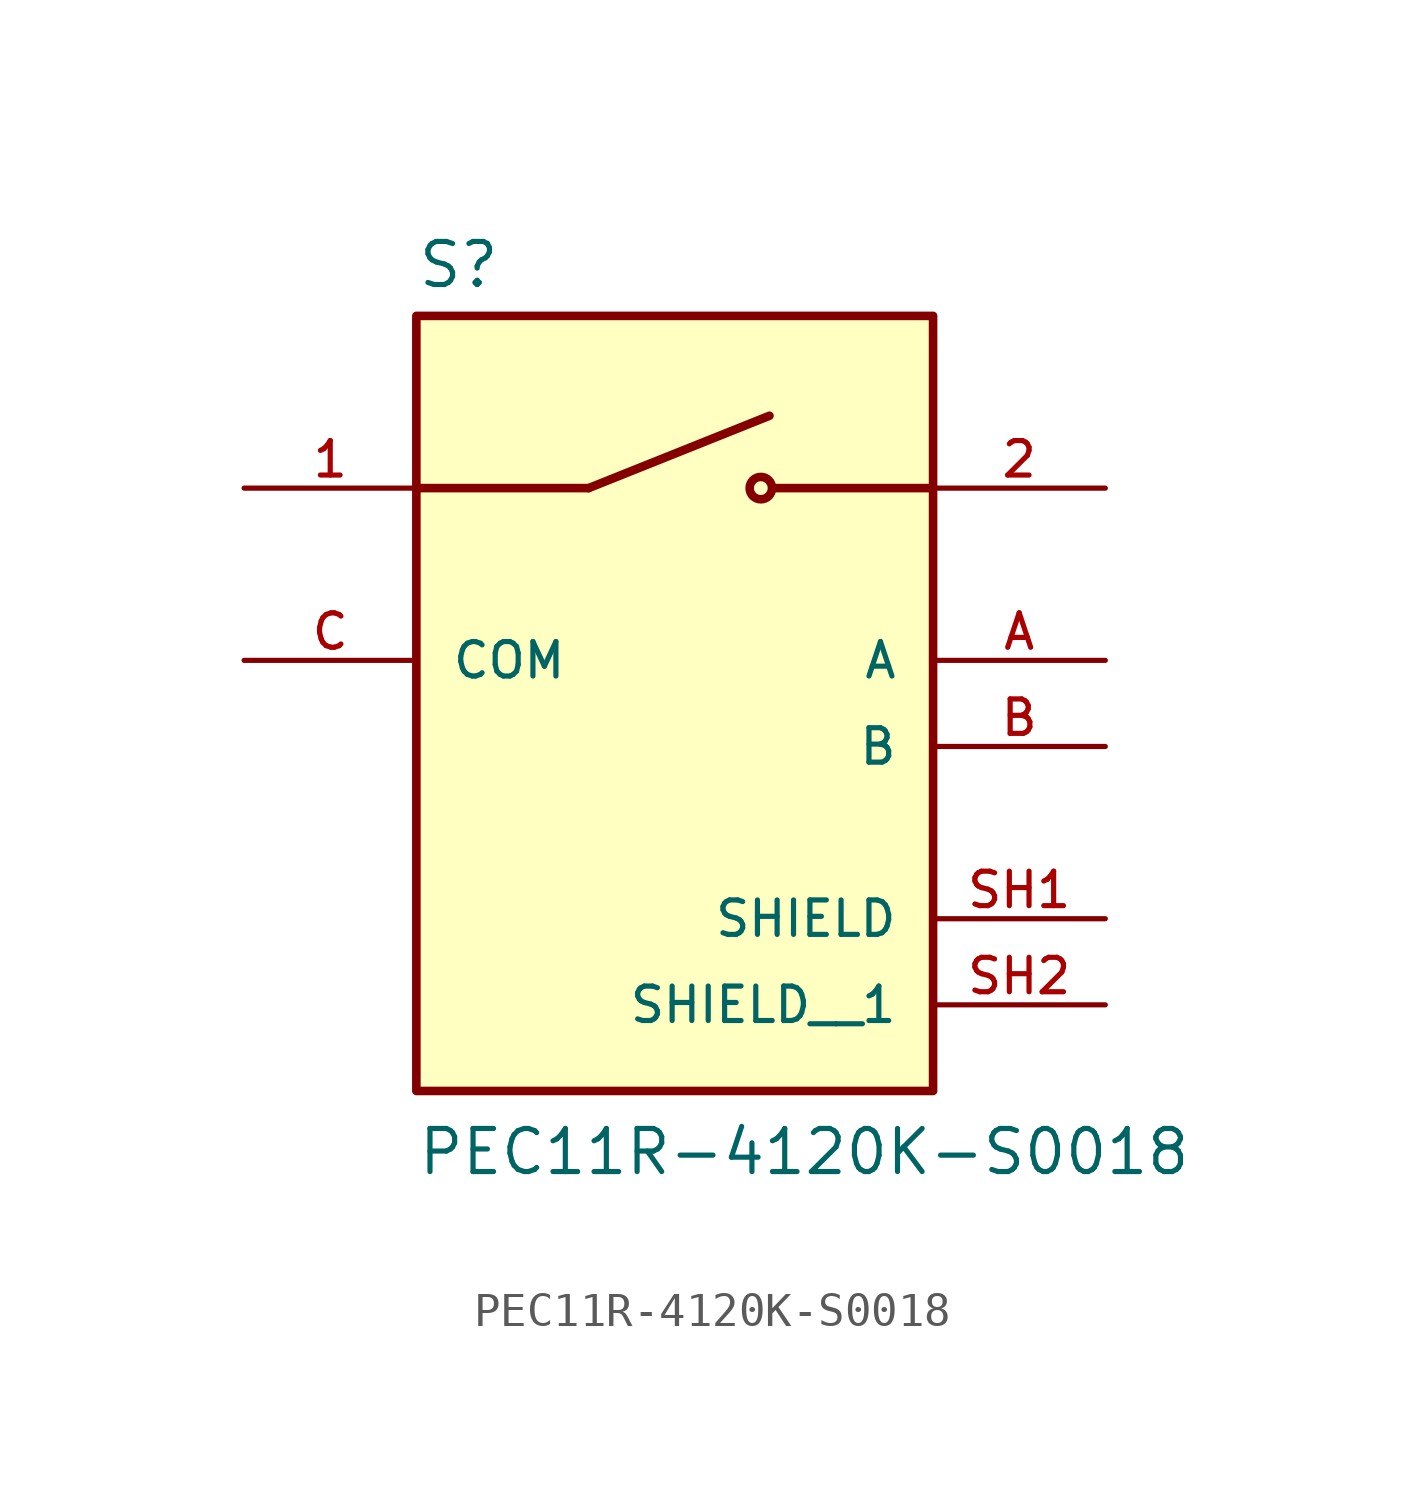
<source format=kicad_sym>
(kicad_symbol_lib
  (version 20211014)
  (generator kicad_symbol_editor)
  (symbol "PEC11R-4120K-S0018"
    (pin_names
      (offset 1.016))
    (property "Reference" "S"
      (at -7.62 10.922 0)
      (effects (font (size 1.27 1.27)) (justify bottom left)))
    (property "Value" "PEC11R-4120K-S0018"
      (at -7.62 -15.24 0)
      (effects (font (size 1.27 1.27)) (justify bottom left)))
    (symbol "PEC11R-4120K-S0018_0_0"
      (polyline (pts (xy -2.54 5.08) (xy 2.794 7.214)) (stroke (width 0.254)))
      (circle (center 2.54 5.08) (radius 0.33) (stroke (width 0.254)) (fill (type none)))
      (polyline (pts (xy 7.62 5.08) (xy 2.921 5.08)) (stroke (width 0.254)))
      (polyline (pts (xy -2.54 5.08) (xy -7.62 5.08)) (stroke (width 0.254)))
      (rectangle (start -7.62 -12.7) (end 7.62 10.16) (stroke (width 0.254)) (fill (type background)))
      (pin passive line (at -12.7 5.08 0) (length 5.08) (name "~" (effects (font (size 1.016 1.016)))) (number "1" (effects (font (size 1.016 1.016)))))
      (pin passive line (at 12.7 5.08 180.0) (length 5.08) (name "~" (effects (font (size 1.016 1.016)))) (number "2" (effects (font (size 1.016 1.016)))))
      (pin passive line (at 12.7 0.0 180.0) (length 5.08) (name "A" (effects (font (size 1.016 1.016)))) (number "A" (effects (font (size 1.016 1.016)))))
      (pin passive line (at 12.7 -2.54 180.0) (length 5.08) (name "B" (effects (font (size 1.016 1.016)))) (number "B" (effects (font (size 1.016 1.016)))))
      (pin passive line (at -12.7 0.0 0) (length 5.08) (name "COM" (effects (font (size 1.016 1.016)))) (number "C" (effects (font (size 1.016 1.016)))))
      (pin passive line (at 12.7 -7.62 180.0) (length 5.08) (name "SHIELD" (effects (font (size 1.016 1.016)))) (number "SH1" (effects (font (size 1.016 1.016)))))
      (pin passive line (at 12.7 -10.16 180.0) (length 5.08) (name "SHIELD__1" (effects (font (size 1.016 1.016)))) (number "SH2" (effects (font (size 1.016 1.016))))))))
</source>
